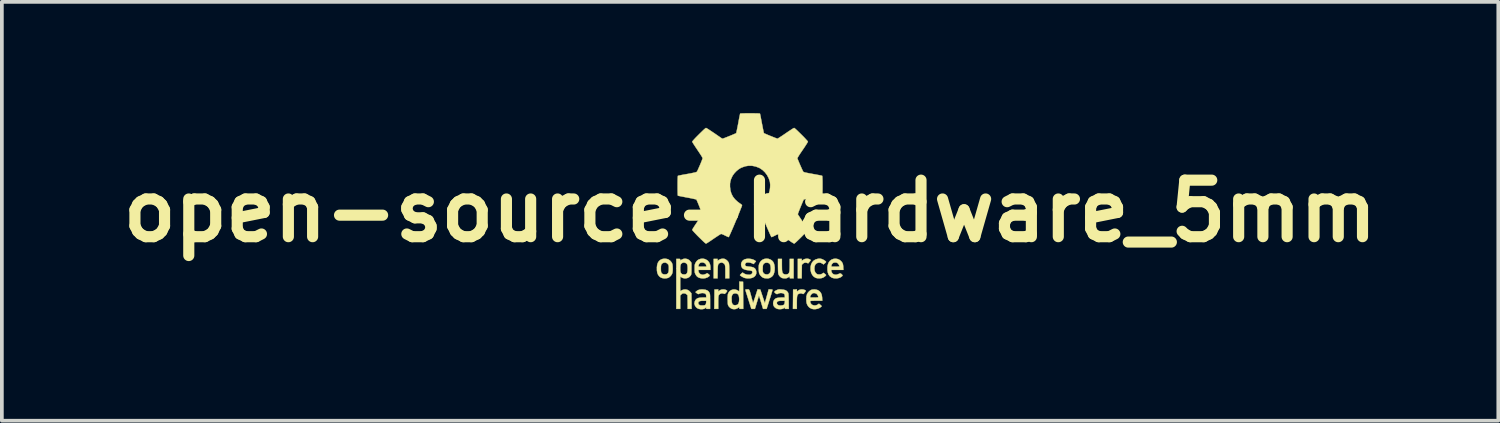
<source format=kicad_pcb>
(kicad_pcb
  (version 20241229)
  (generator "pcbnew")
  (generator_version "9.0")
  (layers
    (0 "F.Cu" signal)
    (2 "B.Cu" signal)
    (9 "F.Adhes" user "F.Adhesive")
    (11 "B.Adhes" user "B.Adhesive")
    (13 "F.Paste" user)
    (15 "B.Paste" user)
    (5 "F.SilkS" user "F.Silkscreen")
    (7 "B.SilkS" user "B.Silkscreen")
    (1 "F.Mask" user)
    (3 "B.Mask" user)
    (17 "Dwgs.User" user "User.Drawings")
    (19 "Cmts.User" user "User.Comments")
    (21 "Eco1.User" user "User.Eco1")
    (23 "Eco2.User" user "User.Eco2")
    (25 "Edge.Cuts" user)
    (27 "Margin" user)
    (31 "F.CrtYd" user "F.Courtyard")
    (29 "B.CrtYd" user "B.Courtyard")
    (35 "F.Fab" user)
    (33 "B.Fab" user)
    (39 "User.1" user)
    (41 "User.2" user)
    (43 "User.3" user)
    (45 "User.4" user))
  (footprint "open-source-hardware_5mm"
    (layer "F.Cu")
    (at 17.17 2.641)
    (property "Reference" "open-source-hardware_5mm" (at 0 0 0) (layer "F.SilkS") (effects (font (size 1.524 1.524) (thickness 0.3))))
    (attr through_hole)
    (fp_poly (pts (xy 1.566 1.285) (xy 1.608 1.299) (xy 1.624 1.309) (xy 1.632 1.317) (xy 1.633 1.325) (xy 1.626 1.338) (xy 1.609 1.359) (xy 1.604 1.365) (xy 1.567 1.409) (xy 1.536 1.396) (xy 1.495 1.388) (xy 1.456 1.396) (xy 1.422 1.42) (xy 1.397 1.446) (xy 1.394 1.63) (xy 1.392 1.813) (xy 1.288 1.813) (xy 1.288 1.288) (xy 1.393 1.288) (xy 1.393 1.34) (xy 1.428 1.315) (xy 1.47 1.293) (xy 1.518 1.283) (xy 1.566 1.285)) (stroke (width 0.01) (type solid)) (fill yes) (layer "F.SilkS"))
    (fp_poly (pts (xy -0.858 2.137) (xy -0.855 2.158) (xy -0.847 2.162) (xy -0.832 2.15) (xy -0.831 2.149) (xy -0.804 2.129) (xy -0.767 2.116) (xy -0.724 2.111) (xy -0.682 2.115) (xy -0.649 2.126) (xy -0.629 2.138) (xy -0.617 2.149) (xy -0.616 2.15) (xy -0.62 2.161) (xy -0.633 2.18) (xy -0.648 2.198) (xy -0.668 2.219) (xy -0.681 2.23) (xy -0.693 2.231) (xy -0.705 2.226) (xy -0.744 2.216) (xy -0.783 2.22) (xy -0.817 2.237) (xy -0.841 2.264) (xy -0.846 2.273) (xy -0.851 2.29) (xy -0.854 2.316) (xy -0.857 2.352) (xy -0.858 2.402) (xy -0.858 2.466) (xy -0.858 2.47) (xy -0.858 2.636) (xy -0.964 2.636) (xy -0.959 2.115) (xy -0.909 2.113) (xy -0.858 2.11) (xy -0.858 2.137)) (stroke (width 0.01) (type solid)) (fill yes) (layer "F.SilkS"))
    (fp_poly (pts (xy 1.261 2.137) (xy 1.264 2.158) (xy 1.273 2.162) (xy 1.288 2.15) (xy 1.289 2.149) (xy 1.314 2.13) (xy 1.351 2.116) (xy 1.393 2.111) (xy 1.397 2.111) (xy 1.431 2.114) (xy 1.464 2.123) (xy 1.49 2.134) (xy 1.502 2.145) (xy 1.499 2.156) (xy 1.488 2.176) (xy 1.471 2.198) (xy 1.451 2.221) (xy 1.438 2.233) (xy 1.428 2.235) (xy 1.417 2.23) (xy 1.416 2.229) (xy 1.387 2.218) (xy 1.351 2.218) (xy 1.316 2.228) (xy 1.313 2.23) (xy 1.296 2.24) (xy 1.284 2.253) (xy 1.275 2.272) (xy 1.268 2.299) (xy 1.264 2.335) (xy 1.262 2.384) (xy 1.261 2.447) (xy 1.261 2.47) (xy 1.261 2.636) (xy 1.156 2.636) (xy 1.161 2.115) (xy 1.211 2.113) (xy 1.261 2.11) (xy 1.261 2.137)) (stroke (width 0.01) (type solid)) (fill yes) (layer "F.SilkS"))
    (fp_poly (pts (xy -0.701 1.285) (xy -0.692 1.287) (xy -0.653 1.305) (xy -0.617 1.334) (xy -0.587 1.37) (xy -0.57 1.406) (xy -0.567 1.427) (xy -0.564 1.462) (xy -0.562 1.51) (xy -0.561 1.568) (xy -0.561 1.627) (xy -0.561 1.813) (xy -0.666 1.813) (xy -0.666 1.644) (xy -0.666 1.577) (xy -0.668 1.524) (xy -0.671 1.484) (xy -0.677 1.455) (xy -0.686 1.433) (xy -0.699 1.417) (xy -0.717 1.405) (xy -0.731 1.398) (xy -0.754 1.388) (xy -0.773 1.386) (xy -0.796 1.392) (xy -0.8 1.393) (xy -0.822 1.402) (xy -0.839 1.412) (xy -0.852 1.426) (xy -0.861 1.446) (xy -0.867 1.474) (xy -0.871 1.512) (xy -0.873 1.563) (xy -0.874 1.63) (xy -0.874 1.634) (xy -0.877 1.813) (xy -0.981 1.813) (xy -0.981 1.288) (xy -0.876 1.288) (xy -0.876 1.341) (xy -0.847 1.319) (xy -0.802 1.295) (xy -0.752 1.283) (xy -0.701 1.285)) (stroke (width 0.01) (type solid)) (fill yes) (layer "F.SilkS"))
    (fp_poly (pts (xy 0.858 1.454) (xy 0.859 1.522) (xy 0.86 1.574) (xy 0.864 1.614) (xy 0.869 1.643) (xy 0.877 1.665) (xy 0.888 1.68) (xy 0.902 1.693) (xy 0.903 1.694) (xy 0.926 1.703) (xy 0.956 1.708) (xy 0.963 1.708) (xy 0.994 1.705) (xy 1.02 1.696) (xy 1.024 1.694) (xy 1.038 1.681) (xy 1.049 1.666) (xy 1.057 1.645) (xy 1.063 1.617) (xy 1.066 1.578) (xy 1.068 1.526) (xy 1.069 1.46) (xy 1.069 1.454) (xy 1.069 1.288) (xy 1.174 1.288) (xy 1.174 1.813) (xy 1.121 1.813) (xy 1.092 1.813) (xy 1.076 1.81) (xy 1.07 1.804) (xy 1.069 1.791) (xy 1.069 1.787) (xy 1.069 1.761) (xy 1.027 1.787) (xy 0.999 1.803) (xy 0.972 1.811) (xy 0.938 1.813) (xy 0.933 1.813) (xy 0.896 1.81) (xy 0.863 1.803) (xy 0.852 1.799) (xy 0.815 1.773) (xy 0.784 1.738) (xy 0.764 1.698) (xy 0.763 1.693) (xy 0.76 1.674) (xy 0.757 1.641) (xy 0.755 1.597) (xy 0.754 1.544) (xy 0.753 1.487) (xy 0.753 1.474) (xy 0.753 1.288) (xy 0.858 1.288) (xy 0.858 1.454)) (stroke (width 0.01) (type solid)) (fill yes) (layer "F.SilkS"))
    (fp_poly (pts (xy 1.894 1.283) (xy 1.927 1.29) (xy 1.957 1.302) (xy 1.988 1.318) (xy 2.016 1.336) (xy 2.038 1.353) (xy 2.049 1.367) (xy 2.049 1.37) (xy 2.043 1.381) (xy 2.027 1.397) (xy 2.015 1.408) (xy 1.98 1.437) (xy 1.949 1.415) (xy 1.908 1.394) (xy 1.868 1.387) (xy 1.83 1.393) (xy 1.789 1.411) (xy 1.759 1.442) (xy 1.741 1.486) (xy 1.734 1.543) (xy 1.734 1.55) (xy 1.74 1.605) (xy 1.756 1.648) (xy 1.783 1.681) (xy 1.804 1.697) (xy 1.824 1.705) (xy 1.851 1.708) (xy 1.864 1.708) (xy 1.9 1.706) (xy 1.927 1.697) (xy 1.947 1.686) (xy 1.98 1.663) (xy 2.015 1.691) (xy 2.035 1.708) (xy 2.047 1.72) (xy 2.05 1.725) (xy 2.043 1.737) (xy 2.024 1.755) (xy 2 1.773) (xy 1.972 1.79) (xy 1.962 1.795) (xy 1.919 1.808) (xy 1.868 1.813) (xy 1.817 1.81) (xy 1.773 1.8) (xy 1.765 1.797) (xy 1.715 1.765) (xy 1.676 1.719) (xy 1.648 1.663) (xy 1.633 1.597) (xy 1.632 1.582) (xy 1.632 1.504) (xy 1.646 1.438) (xy 1.673 1.382) (xy 1.712 1.338) (xy 1.764 1.305) (xy 1.828 1.286) (xy 1.828 1.286) (xy 1.864 1.281) (xy 1.894 1.283)) (stroke (width 0.01) (type solid)) (fill yes) (layer "F.SilkS"))
    (fp_poly (pts (xy -2.256 1.287) (xy -2.212 1.298) (xy -2.203 1.303) (xy -2.156 1.335) (xy -2.119 1.377) (xy -2.098 1.418) (xy -2.091 1.449) (xy -2.087 1.491) (xy -2.085 1.54) (xy -2.085 1.59) (xy -2.089 1.635) (xy -2.094 1.669) (xy -2.112 1.71) (xy -2.141 1.749) (xy -2.178 1.782) (xy -2.202 1.797) (xy -2.246 1.809) (xy -2.297 1.814) (xy -2.349 1.809) (xy -2.393 1.796) (xy -2.401 1.793) (xy -2.445 1.761) (xy -2.478 1.719) (xy -2.5 1.665) (xy -2.511 1.599) (xy -2.511 1.549) (xy -2.404 1.549) (xy -2.403 1.599) (xy -2.399 1.636) (xy -2.391 1.662) (xy -2.377 1.68) (xy -2.357 1.695) (xy -2.354 1.696) (xy -2.327 1.705) (xy -2.293 1.707) (xy -2.26 1.704) (xy -2.235 1.694) (xy -2.215 1.675) (xy -2.201 1.65) (xy -2.193 1.616) (xy -2.19 1.569) (xy -2.19 1.548) (xy -2.19 1.507) (xy -2.192 1.479) (xy -2.197 1.459) (xy -2.205 1.442) (xy -2.21 1.436) (xy -2.239 1.406) (xy -2.276 1.389) (xy -2.316 1.388) (xy -2.334 1.393) (xy -2.363 1.407) (xy -2.382 1.424) (xy -2.395 1.448) (xy -2.402 1.483) (xy -2.404 1.53) (xy -2.404 1.549) (xy -2.511 1.549) (xy -2.512 1.52) (xy -2.512 1.52) (xy -2.504 1.452) (xy -2.488 1.399) (xy -2.463 1.356) (xy -2.428 1.322) (xy -2.395 1.303) (xy -2.355 1.289) (xy -2.306 1.283) (xy -2.256 1.287)) (stroke (width 0.01) (type solid)) (fill yes) (layer "F.SilkS"))
    (fp_poly (pts (xy 2.369 1.294) (xy 2.42 1.32) (xy 2.463 1.358) (xy 2.487 1.393) (xy 2.499 1.418) (xy 2.506 1.447) (xy 2.511 1.484) (xy 2.512 1.509) (xy 2.516 1.585) (xy 2.19 1.585) (xy 2.19 1.608) (xy 2.198 1.643) (xy 2.218 1.677) (xy 2.245 1.7) (xy 2.285 1.714) (xy 2.332 1.714) (xy 2.38 1.698) (xy 2.387 1.695) (xy 2.416 1.682) (xy 2.437 1.681) (xy 2.457 1.691) (xy 2.478 1.711) (xy 2.492 1.727) (xy 2.494 1.737) (xy 2.485 1.749) (xy 2.482 1.753) (xy 2.446 1.781) (xy 2.399 1.801) (xy 2.346 1.812) (xy 2.289 1.813) (xy 2.235 1.804) (xy 2.199 1.79) (xy 2.153 1.758) (xy 2.119 1.714) (xy 2.097 1.657) (xy 2.086 1.588) (xy 2.086 1.522) (xy 2.092 1.48) (xy 2.19 1.48) (xy 2.191 1.487) (xy 2.195 1.492) (xy 2.206 1.495) (xy 2.227 1.497) (xy 2.26 1.498) (xy 2.299 1.498) (xy 2.349 1.497) (xy 2.384 1.495) (xy 2.404 1.492) (xy 2.409 1.489) (xy 2.403 1.465) (xy 2.389 1.437) (xy 2.37 1.412) (xy 2.36 1.403) (xy 2.33 1.388) (xy 2.292 1.384) (xy 2.256 1.39) (xy 2.237 1.398) (xy 2.213 1.421) (xy 2.196 1.452) (xy 2.19 1.48) (xy 2.092 1.48) (xy 2.096 1.449) (xy 2.118 1.389) (xy 2.152 1.342) (xy 2.197 1.308) (xy 2.254 1.287) (xy 2.255 1.287) (xy 2.312 1.283) (xy 2.369 1.294)) (stroke (width 0.01) (type solid)) (fill yes) (layer "F.SilkS"))
    (fp_poly (pts (xy 0.493 1.286) (xy 0.546 1.304) (xy 0.588 1.33) (xy 0.621 1.366) (xy 0.643 1.409) (xy 0.657 1.463) (xy 0.664 1.523) (xy 0.663 1.586) (xy 0.654 1.646) (xy 0.637 1.698) (xy 0.633 1.708) (xy 0.613 1.741) (xy 0.588 1.766) (xy 0.561 1.785) (xy 0.532 1.8) (xy 0.508 1.809) (xy 0.48 1.812) (xy 0.451 1.813) (xy 0.395 1.808) (xy 0.355 1.797) (xy 0.317 1.772) (xy 0.282 1.737) (xy 0.255 1.698) (xy 0.244 1.671) (xy 0.24 1.646) (xy 0.236 1.61) (xy 0.235 1.576) (xy 0.34 1.576) (xy 0.342 1.615) (xy 0.348 1.644) (xy 0.349 1.648) (xy 0.37 1.68) (xy 0.403 1.7) (xy 0.447 1.708) (xy 0.449 1.708) (xy 0.478 1.706) (xy 0.498 1.698) (xy 0.519 1.681) (xy 0.521 1.679) (xy 0.54 1.657) (xy 0.55 1.632) (xy 0.556 1.6) (xy 0.559 1.551) (xy 0.556 1.503) (xy 0.548 1.46) (xy 0.541 1.441) (xy 0.52 1.413) (xy 0.489 1.395) (xy 0.453 1.389) (xy 0.416 1.393) (xy 0.382 1.408) (xy 0.357 1.435) (xy 0.356 1.437) (xy 0.348 1.459) (xy 0.343 1.493) (xy 0.34 1.534) (xy 0.34 1.576) (xy 0.235 1.576) (xy 0.234 1.567) (xy 0.234 1.54) (xy 0.234 1.496) (xy 0.236 1.465) (xy 0.241 1.441) (xy 0.248 1.419) (xy 0.258 1.397) (xy 0.291 1.348) (xy 0.335 1.311) (xy 0.387 1.289) (xy 0.445 1.281) (xy 0.493 1.286)) (stroke (width 0.01) (type solid)) (fill yes) (layer "F.SilkS"))
    (fp_poly (pts (xy -0.239 1.902) (xy -0.188 1.905) (xy -0.186 2.271) (xy -0.184 2.636) (xy -0.236 2.636) (xy -0.266 2.636) (xy -0.281 2.633) (xy -0.288 2.627) (xy -0.289 2.615) (xy -0.289 2.614) (xy -0.29 2.6) (xy -0.294 2.594) (xy -0.306 2.598) (xy -0.328 2.612) (xy -0.334 2.616) (xy -0.381 2.638) (xy -0.433 2.644) (xy -0.483 2.636) (xy -0.508 2.625) (xy -0.538 2.605) (xy -0.566 2.577) (xy -0.574 2.567) (xy -0.584 2.552) (xy -0.591 2.538) (xy -0.596 2.523) (xy -0.599 2.501) (xy -0.601 2.471) (xy -0.602 2.429) (xy -0.603 2.401) (xy -0.603 2.382) (xy -0.498 2.382) (xy -0.498 2.395) (xy -0.493 2.451) (xy -0.482 2.491) (xy -0.465 2.518) (xy -0.44 2.533) (xy -0.406 2.537) (xy -0.387 2.536) (xy -0.347 2.526) (xy -0.327 2.512) (xy -0.31 2.484) (xy -0.298 2.444) (xy -0.293 2.395) (xy -0.294 2.343) (xy -0.302 2.291) (xy -0.308 2.271) (xy -0.325 2.244) (xy -0.353 2.225) (xy -0.387 2.216) (xy -0.422 2.217) (xy -0.454 2.231) (xy -0.458 2.234) (xy -0.478 2.256) (xy -0.491 2.286) (xy -0.497 2.327) (xy -0.498 2.382) (xy -0.603 2.382) (xy -0.604 2.342) (xy -0.602 2.291) (xy -0.599 2.254) (xy -0.596 2.235) (xy -0.575 2.189) (xy -0.543 2.152) (xy -0.501 2.127) (xy -0.454 2.113) (xy -0.404 2.113) (xy -0.356 2.128) (xy -0.333 2.14) (xy -0.312 2.154) (xy -0.297 2.162) (xy -0.294 2.163) (xy -0.292 2.155) (xy -0.291 2.132) (xy -0.29 2.098) (xy -0.289 2.055) (xy -0.289 2.032) (xy -0.289 1.9) (xy -0.239 1.902)) (stroke (width 0.01) (type solid)) (fill yes) (layer "F.SilkS"))
    (fp_poly (pts (xy 0.024 1.29) (xy 0.078 1.304) (xy 0.123 1.326) (xy 0.134 1.334) (xy 0.159 1.353) (xy 0.127 1.39) (xy 0.096 1.427) (xy 0.05 1.405) (xy 0.011 1.392) (xy -0.032 1.385) (xy -0.072 1.384) (xy -0.103 1.392) (xy -0.106 1.393) (xy -0.125 1.411) (xy -0.135 1.435) (xy -0.133 1.459) (xy -0.132 1.462) (xy -0.123 1.474) (xy -0.111 1.482) (xy -0.091 1.488) (xy -0.06 1.493) (xy -0.015 1.497) (xy -0.011 1.498) (xy 0.051 1.507) (xy 0.097 1.522) (xy 0.131 1.546) (xy 0.153 1.578) (xy 0.167 1.621) (xy 0.167 1.622) (xy 0.169 1.674) (xy 0.155 1.72) (xy 0.126 1.759) (xy 0.081 1.789) (xy 0.075 1.792) (xy 0.03 1.806) (xy -0.024 1.813) (xy -0.082 1.812) (xy -0.135 1.804) (xy -0.161 1.796) (xy -0.189 1.783) (xy -0.218 1.767) (xy -0.245 1.75) (xy -0.264 1.736) (xy -0.272 1.726) (xy -0.272 1.726) (xy -0.266 1.717) (xy -0.251 1.701) (xy -0.237 1.686) (xy -0.216 1.667) (xy -0.204 1.659) (xy -0.194 1.66) (xy -0.186 1.666) (xy -0.152 1.689) (xy -0.108 1.706) (xy -0.061 1.715) (xy -0.016 1.716) (xy 0.021 1.708) (xy 0.026 1.705) (xy 0.049 1.687) (xy 0.062 1.663) (xy 0.063 1.638) (xy 0.052 1.618) (xy 0.043 1.611) (xy 0.028 1.607) (xy -0.000359 1.601) (xy -0.036 1.596) (xy -0.051 1.595) (xy -0.116 1.584) (xy -0.166 1.567) (xy -0.201 1.544) (xy -0.219 1.523) (xy -0.238 1.475) (xy -0.242 1.427) (xy -0.23 1.382) (xy -0.205 1.342) (xy -0.166 1.311) (xy -0.142 1.299) (xy -0.092 1.287) (xy -0.035 1.284) (xy 0.024 1.29)) (stroke (width 0.01) (type solid)) (fill yes) (layer "F.SilkS"))
    (fp_poly (pts (xy -1.213 1.294) (xy -1.161 1.322) (xy -1.134 1.344) (xy -1.1 1.389) (xy -1.078 1.442) (xy -1.069 1.507) (xy -1.069 1.53) (xy -1.069 1.585) (xy -1.393 1.585) (xy -1.392 1.609) (xy -1.384 1.649) (xy -1.359 1.682) (xy -1.341 1.697) (xy -1.3 1.714) (xy -1.255 1.715) (xy -1.206 1.7) (xy -1.196 1.695) (xy -1.155 1.673) (xy -1.131 1.69) (xy -1.104 1.711) (xy -1.092 1.726) (xy -1.091 1.74) (xy -1.1 1.753) (xy -1.118 1.768) (xy -1.144 1.784) (xy -1.161 1.792) (xy -1.209 1.808) (xy -1.265 1.814) (xy -1.321 1.81) (xy -1.37 1.797) (xy -1.375 1.795) (xy -1.41 1.777) (xy -1.435 1.756) (xy -1.456 1.729) (xy -1.47 1.704) (xy -1.48 1.684) (xy -1.487 1.666) (xy -1.491 1.645) (xy -1.493 1.617) (xy -1.493 1.578) (xy -1.493 1.55) (xy -1.493 1.503) (xy -1.492 1.48) (xy -1.393 1.48) (xy -1.392 1.487) (xy -1.387 1.492) (xy -1.376 1.495) (xy -1.355 1.497) (xy -1.323 1.498) (xy -1.283 1.498) (xy -1.237 1.498) (xy -1.206 1.497) (xy -1.188 1.495) (xy -1.179 1.492) (xy -1.176 1.487) (xy -1.178 1.479) (xy -1.178 1.478) (xy -1.185 1.455) (xy -1.188 1.443) (xy -1.197 1.428) (xy -1.214 1.41) (xy -1.219 1.406) (xy -1.249 1.39) (xy -1.286 1.383) (xy -1.322 1.387) (xy -1.347 1.398) (xy -1.369 1.42) (xy -1.385 1.449) (xy -1.393 1.478) (xy -1.393 1.48) (xy -1.492 1.48) (xy -1.492 1.469) (xy -1.489 1.445) (xy -1.484 1.426) (xy -1.476 1.408) (xy -1.473 1.401) (xy -1.446 1.357) (xy -1.416 1.326) (xy -1.384 1.305) (xy -1.327 1.286) (xy -1.269 1.282) (xy -1.213 1.294)) (stroke (width 0.01) (type solid)) (fill yes) (layer "F.SilkS"))
    (fp_poly (pts (xy -1.265 2.113) (xy -1.205 2.12) (xy -1.158 2.136) (xy -1.123 2.161) (xy -1.097 2.197) (xy -1.097 2.198) (xy -1.091 2.212) (xy -1.086 2.225) (xy -1.082 2.241) (xy -1.08 2.263) (xy -1.078 2.292) (xy -1.078 2.331) (xy -1.077 2.384) (xy -1.077 2.437) (xy -1.077 2.636) (xy -1.13 2.636) (xy -1.159 2.636) (xy -1.175 2.633) (xy -1.181 2.627) (xy -1.182 2.615) (xy -1.182 2.593) (xy -1.204 2.614) (xy -1.236 2.633) (xy -1.279 2.643) (xy -1.328 2.644) (xy -1.378 2.636) (xy -1.384 2.635) (xy -1.429 2.614) (xy -1.463 2.582) (xy -1.487 2.542) (xy -1.498 2.498) (xy -1.497 2.491) (xy -1.397 2.491) (xy -1.384 2.516) (xy -1.358 2.535) (xy -1.347 2.539) (xy -1.32 2.544) (xy -1.285 2.544) (xy -1.248 2.542) (xy -1.22 2.537) (xy -1.215 2.535) (xy -1.199 2.521) (xy -1.188 2.494) (xy -1.183 2.459) (xy -1.182 2.452) (xy -1.182 2.417) (xy -1.263 2.418) (xy -1.314 2.419) (xy -1.351 2.425) (xy -1.375 2.435) (xy -1.39 2.451) (xy -1.396 2.463) (xy -1.397 2.491) (xy -1.497 2.491) (xy -1.495 2.453) (xy -1.479 2.409) (xy -1.46 2.383) (xy -1.434 2.36) (xy -1.402 2.345) (xy -1.362 2.335) (xy -1.309 2.331) (xy -1.277 2.33) (xy -1.182 2.33) (xy -1.182 2.294) (xy -1.184 2.267) (xy -1.19 2.246) (xy -1.191 2.243) (xy -1.21 2.225) (xy -1.24 2.213) (xy -1.278 2.208) (xy -1.317 2.211) (xy -1.354 2.221) (xy -1.362 2.225) (xy -1.381 2.234) (xy -1.395 2.237) (xy -1.409 2.232) (xy -1.429 2.219) (xy -1.453 2.2) (xy -1.473 2.184) (xy -1.442 2.157) (xy -1.406 2.132) (xy -1.364 2.118) (xy -1.311 2.112) (xy -1.265 2.113)) (stroke (width 0.01) (type solid)) (fill yes) (layer "F.SilkS"))
    (fp_poly (pts (xy 1.786 2.118) (xy 1.825 2.13) (xy 1.828 2.131) (xy 1.875 2.163) (xy 1.909 2.205) (xy 1.931 2.257) (xy 1.942 2.322) (xy 1.943 2.341) (xy 1.946 2.417) (xy 1.783 2.417) (xy 1.726 2.417) (xy 1.684 2.418) (xy 1.655 2.419) (xy 1.637 2.421) (xy 1.626 2.423) (xy 1.622 2.428) (xy 1.62 2.434) (xy 1.62 2.436) (xy 1.624 2.456) (xy 1.633 2.481) (xy 1.635 2.484) (xy 1.658 2.515) (xy 1.692 2.535) (xy 1.732 2.544) (xy 1.775 2.541) (xy 1.816 2.525) (xy 1.834 2.513) (xy 1.857 2.495) (xy 1.896 2.527) (xy 1.918 2.546) (xy 1.928 2.558) (xy 1.928 2.567) (xy 1.923 2.575) (xy 1.907 2.587) (xy 1.883 2.603) (xy 1.864 2.615) (xy 1.819 2.632) (xy 1.766 2.642) (xy 1.714 2.643) (xy 1.668 2.635) (xy 1.662 2.633) (xy 1.61 2.607) (xy 1.571 2.572) (xy 1.541 2.524) (xy 1.528 2.489) (xy 1.52 2.451) (xy 1.517 2.403) (xy 1.517 2.351) (xy 1.521 2.309) (xy 1.62 2.309) (xy 1.621 2.318) (xy 1.624 2.324) (xy 1.633 2.327) (xy 1.651 2.329) (xy 1.681 2.33) (xy 1.724 2.33) (xy 1.73 2.33) (xy 1.776 2.329) (xy 1.807 2.328) (xy 1.827 2.326) (xy 1.836 2.322) (xy 1.839 2.317) (xy 1.839 2.316) (xy 1.833 2.286) (xy 1.815 2.255) (xy 1.792 2.229) (xy 1.785 2.225) (xy 1.745 2.21) (xy 1.705 2.21) (xy 1.682 2.218) (xy 1.659 2.236) (xy 1.639 2.262) (xy 1.624 2.291) (xy 1.62 2.309) (xy 1.521 2.309) (xy 1.522 2.301) (xy 1.53 2.259) (xy 1.536 2.24) (xy 1.561 2.197) (xy 1.596 2.159) (xy 1.635 2.131) (xy 1.652 2.123) (xy 1.692 2.114) (xy 1.739 2.112) (xy 1.786 2.118)) (stroke (width 0.01) (type solid)) (fill yes) (layer "F.SilkS"))
    (fp_poly (pts (xy 0.24 2.113) (xy 0.276 2.115) (xy 0.398 2.482) (xy 0.413 2.43) (xy 0.421 2.403) (xy 0.432 2.363) (xy 0.445 2.316) (xy 0.459 2.265) (xy 0.465 2.244) (xy 0.501 2.111) (xy 0.553 2.111) (xy 0.583 2.112) (xy 0.598 2.115) (xy 0.604 2.122) (xy 0.604 2.125) (xy 0.602 2.137) (xy 0.594 2.163) (xy 0.583 2.201) (xy 0.569 2.248) (xy 0.552 2.303) (xy 0.538 2.346) (xy 0.519 2.406) (xy 0.501 2.462) (xy 0.485 2.513) (xy 0.472 2.554) (xy 0.462 2.583) (xy 0.459 2.595) (xy 0.445 2.636) (xy 0.351 2.636) (xy 0.325 2.551) (xy 0.311 2.504) (xy 0.294 2.448) (xy 0.278 2.394) (xy 0.271 2.371) (xy 0.259 2.334) (xy 0.249 2.304) (xy 0.242 2.285) (xy 0.24 2.28) (xy 0.236 2.289) (xy 0.229 2.311) (xy 0.219 2.344) (xy 0.206 2.384) (xy 0.205 2.387) (xy 0.191 2.437) (xy 0.175 2.488) (xy 0.161 2.535) (xy 0.152 2.564) (xy 0.13 2.636) (xy 0.036 2.636) (xy -0.022 2.455) (xy -0.041 2.395) (xy -0.06 2.336) (xy -0.077 2.282) (xy -0.092 2.235) (xy -0.103 2.201) (xy -0.105 2.197) (xy -0.115 2.163) (xy -0.122 2.136) (xy -0.125 2.119) (xy -0.125 2.116) (xy -0.114 2.113) (xy -0.091 2.111) (xy -0.073 2.111) (xy -0.056 2.111) (xy -0.043 2.111) (xy -0.033 2.115) (xy -0.024 2.124) (xy -0.015 2.139) (xy -0.006 2.164) (xy 0.004 2.199) (xy 0.018 2.248) (xy 0.035 2.311) (xy 0.035 2.311) (xy 0.048 2.362) (xy 0.061 2.406) (xy 0.071 2.441) (xy 0.078 2.465) (xy 0.081 2.475) (xy 0.081 2.475) (xy 0.085 2.468) (xy 0.093 2.447) (xy 0.104 2.414) (xy 0.119 2.37) (xy 0.136 2.32) (xy 0.144 2.294) (xy 0.203 2.11) (xy 0.24 2.113)) (stroke (width 0.01) (type solid)) (fill yes) (layer "F.SilkS"))
    (fp_poly (pts (xy 0.843 2.113) (xy 0.904 2.119) (xy 0.95 2.131) (xy 0.985 2.151) (xy 1.012 2.179) (xy 1.017 2.187) (xy 1.024 2.198) (xy 1.029 2.21) (xy 1.033 2.224) (xy 1.035 2.243) (xy 1.037 2.27) (xy 1.039 2.307) (xy 1.04 2.356) (xy 1.041 2.42) (xy 1.041 2.428) (xy 1.043 2.636) (xy 0.99 2.636) (xy 0.961 2.636) (xy 0.945 2.634) (xy 0.939 2.627) (xy 0.937 2.615) (xy 0.937 2.613) (xy 0.936 2.597) (xy 0.932 2.597) (xy 0.926 2.604) (xy 0.902 2.623) (xy 0.865 2.637) (xy 0.821 2.643) (xy 0.774 2.642) (xy 0.736 2.635) (xy 0.692 2.615) (xy 0.656 2.585) (xy 0.636 2.554) (xy 0.624 2.513) (xy 0.624 2.491) (xy 0.722 2.491) (xy 0.736 2.516) (xy 0.761 2.535) (xy 0.773 2.539) (xy 0.805 2.545) (xy 0.841 2.544) (xy 0.877 2.539) (xy 0.904 2.53) (xy 0.914 2.523) (xy 0.927 2.501) (xy 0.935 2.467) (xy 0.935 2.462) (xy 0.939 2.417) (xy 0.857 2.418) (xy 0.806 2.419) (xy 0.77 2.424) (xy 0.745 2.434) (xy 0.73 2.45) (xy 0.723 2.463) (xy 0.722 2.491) (xy 0.624 2.491) (xy 0.623 2.467) (xy 0.633 2.425) (xy 0.641 2.409) (xy 0.662 2.379) (xy 0.688 2.357) (xy 0.721 2.343) (xy 0.763 2.335) (xy 0.819 2.331) (xy 0.843 2.33) (xy 0.937 2.33) (xy 0.937 2.294) (xy 0.935 2.267) (xy 0.93 2.246) (xy 0.929 2.243) (xy 0.91 2.225) (xy 0.88 2.213) (xy 0.844 2.208) (xy 0.805 2.209) (xy 0.77 2.218) (xy 0.755 2.225) (xy 0.737 2.235) (xy 0.724 2.237) (xy 0.708 2.231) (xy 0.686 2.216) (xy 0.677 2.209) (xy 0.659 2.192) (xy 0.656 2.176) (xy 0.667 2.16) (xy 0.694 2.142) (xy 0.714 2.132) (xy 0.739 2.121) (xy 0.76 2.114) (xy 0.783 2.111) (xy 0.814 2.111) (xy 0.843 2.113)) (stroke (width 0.01) (type solid)) (fill yes) (layer "F.SilkS"))
    (fp_poly (pts (xy -1.688 1.294) (xy -1.643 1.319) (xy -1.607 1.357) (xy -1.581 1.394) (xy -1.581 1.549) (xy -1.581 1.605) (xy -1.582 1.646) (xy -1.583 1.676) (xy -1.585 1.697) (xy -1.589 1.713) (xy -1.595 1.725) (xy -1.601 1.736) (xy -1.634 1.774) (xy -1.676 1.799) (xy -1.725 1.812) (xy -1.775 1.812) (xy -1.824 1.799) (xy -1.867 1.772) (xy -1.868 1.771) (xy -1.873 1.768) (xy -1.876 1.768) (xy -1.879 1.775) (xy -1.881 1.79) (xy -1.882 1.814) (xy -1.883 1.851) (xy -1.883 1.901) (xy -1.883 1.962) (xy -1.883 2.027) (xy -1.883 2.076) (xy -1.882 2.111) (xy -1.881 2.135) (xy -1.879 2.149) (xy -1.876 2.155) (xy -1.872 2.156) (xy -1.868 2.152) (xy -1.867 2.152) (xy -1.834 2.131) (xy -1.791 2.116) (xy -1.745 2.111) (xy -1.695 2.12) (xy -1.648 2.145) (xy -1.608 2.184) (xy -1.581 2.218) (xy -1.578 2.427) (xy -1.576 2.636) (xy -1.681 2.636) (xy -1.683 2.452) (xy -1.686 2.267) (xy -1.715 2.241) (xy -1.739 2.224) (xy -1.765 2.217) (xy -1.783 2.216) (xy -1.812 2.218) (xy -1.832 2.227) (xy -1.853 2.246) (xy -1.883 2.275) (xy -1.883 2.636) (xy -1.988 2.636) (xy -1.988 1.548) (xy -1.883 1.548) (xy -1.882 1.597) (xy -1.878 1.632) (xy -1.87 1.658) (xy -1.858 1.678) (xy -1.847 1.69) (xy -1.824 1.702) (xy -1.791 1.708) (xy -1.757 1.707) (xy -1.727 1.7) (xy -1.724 1.698) (xy -1.705 1.68) (xy -1.691 1.648) (xy -1.684 1.602) (xy -1.682 1.548) (xy -1.684 1.494) (xy -1.69 1.453) (xy -1.703 1.425) (xy -1.723 1.406) (xy -1.749 1.393) (xy -1.775 1.386) (xy -1.795 1.386) (xy -1.819 1.393) (xy -1.845 1.408) (xy -1.864 1.429) (xy -1.876 1.46) (xy -1.882 1.504) (xy -1.883 1.548) (xy -1.988 1.548) (xy -1.988 1.288) (xy -1.936 1.288) (xy -1.907 1.288) (xy -1.891 1.29) (xy -1.884 1.297) (xy -1.883 1.309) (xy -1.883 1.31) (xy -1.883 1.332) (xy -1.842 1.308) (xy -1.791 1.287) (xy -1.739 1.283) (xy -1.688 1.294)) (stroke (width 0.01) (type solid)) (fill yes) (layer "F.SilkS"))
    (fp_poly (pts (xy 0.08 -2.636) (xy 0.135 -2.635) (xy 0.184 -2.634) (xy 0.223 -2.633) (xy 0.252 -2.631) (xy 0.266 -2.629) (xy 0.267 -2.628) (xy 0.269 -2.618) (xy 0.275 -2.593) (xy 0.283 -2.555) (xy 0.292 -2.506) (xy 0.303 -2.449) (xy 0.315 -2.385) (xy 0.319 -2.364) (xy 0.332 -2.299) (xy 0.343 -2.24) (xy 0.354 -2.189) (xy 0.362 -2.147) (xy 0.369 -2.118) (xy 0.373 -2.103) (xy 0.374 -2.101) (xy 0.385 -2.095) (xy 0.409 -2.085) (xy 0.443 -2.07) (xy 0.485 -2.052) (xy 0.531 -2.033) (xy 0.579 -2.014) (xy 0.626 -1.995) (xy 0.668 -1.978) (xy 0.703 -1.965) (xy 0.728 -1.956) (xy 0.74 -1.953) (xy 0.75 -1.958) (xy 0.773 -1.972) (xy 0.806 -1.993) (xy 0.848 -2.02) (xy 0.897 -2.053) (xy 0.95 -2.089) (xy 0.963 -2.098) (xy 1.017 -2.135) (xy 1.067 -2.168) (xy 1.111 -2.197) (xy 1.147 -2.22) (xy 1.173 -2.235) (xy 1.187 -2.242) (xy 1.189 -2.242) (xy 1.199 -2.236) (xy 1.22 -2.219) (xy 1.248 -2.194) (xy 1.283 -2.161) (xy 1.322 -2.123) (xy 1.364 -2.082) (xy 1.406 -2.04) (xy 1.447 -1.999) (xy 1.484 -1.96) (xy 1.515 -1.926) (xy 1.54 -1.899) (xy 1.555 -1.88) (xy 1.559 -1.872) (xy 1.554 -1.861) (xy 1.541 -1.838) (xy 1.52 -1.804) (xy 1.492 -1.761) (xy 1.46 -1.712) (xy 1.424 -1.659) (xy 1.415 -1.646) (xy 1.366 -1.574) (xy 1.328 -1.517) (xy 1.301 -1.472) (xy 1.283 -1.442) (xy 1.276 -1.424) (xy 1.276 -1.421) (xy 1.286 -1.395) (xy 1.3 -1.36) (xy 1.318 -1.317) (xy 1.338 -1.27) (xy 1.359 -1.222) (xy 1.38 -1.175) (xy 1.399 -1.132) (xy 1.416 -1.097) (xy 1.428 -1.072) (xy 1.435 -1.059) (xy 1.436 -1.059) (xy 1.45 -1.052) (xy 1.481 -1.042) (xy 1.528 -1.032) (xy 1.588 -1.02) (xy 1.607 -1.016) (xy 1.665 -1.006) (xy 1.724 -0.995) (xy 1.78 -0.985) (xy 1.826 -0.976) (xy 1.85 -0.972) (xy 1.887 -0.965) (xy 1.918 -0.958) (xy 1.939 -0.953) (xy 1.944 -0.951) (xy 1.946 -0.941) (xy 1.949 -0.916) (xy 1.95 -0.879) (xy 1.952 -0.832) (xy 1.953 -0.779) (xy 1.953 -0.721) (xy 1.953 -0.661) (xy 1.953 -0.603) (xy 1.952 -0.548) (xy 1.951 -0.499) (xy 1.95 -0.46) (xy 1.948 -0.431) (xy 1.946 -0.417) (xy 1.945 -0.417) (xy 1.935 -0.414) (xy 1.909 -0.408) (xy 1.871 -0.4) (xy 1.823 -0.391) (xy 1.767 -0.38) (xy 1.704 -0.368) (xy 1.698 -0.367) (xy 1.635 -0.355) (xy 1.577 -0.344) (xy 1.528 -0.333) (xy 1.488 -0.324) (xy 1.461 -0.317) (xy 1.448 -0.313) (xy 1.448 -0.312) (xy 1.442 -0.302) (xy 1.431 -0.278) (xy 1.416 -0.243) (xy 1.398 -0.2) (xy 1.378 -0.153) (xy 1.358 -0.103) (xy 1.338 -0.054) (xy 1.32 -0.008) (xy 1.305 0.032) (xy 1.294 0.062) (xy 1.288 0.08) (xy 1.288 0.084) (xy 1.292 0.094) (xy 1.306 0.116) (xy 1.327 0.148) (xy 1.354 0.189) (xy 1.386 0.237) (xy 1.421 0.289) (xy 1.423 0.292) (xy 1.459 0.345) (xy 1.491 0.393) (xy 1.519 0.435) (xy 1.54 0.47) (xy 1.554 0.494) (xy 1.559 0.505) (xy 1.559 0.506) (xy 1.553 0.516) (xy 1.536 0.536) (xy 1.51 0.565) (xy 1.478 0.6) (xy 1.44 0.639) (xy 1.399 0.681) (xy 1.357 0.723) (xy 1.316 0.763) (xy 1.277 0.8) (xy 1.243 0.832) (xy 1.216 0.856) (xy 1.197 0.872) (xy 1.189 0.876) (xy 1.178 0.871) (xy 1.155 0.857) (xy 1.121 0.837) (xy 1.08 0.809) (xy 1.032 0.778) (xy 0.988 0.747) (xy 0.936 0.712) (xy 0.889 0.681) (xy 0.848 0.654) (xy 0.815 0.633) (xy 0.792 0.619) (xy 0.783 0.615) (xy 0.766 0.618) (xy 0.738 0.628) (xy 0.7 0.644) (xy 0.677 0.656) (xy 0.641 0.674) (xy 0.609 0.689) (xy 0.587 0.698) (xy 0.577 0.701) (xy 0.572 0.693) (xy 0.561 0.671) (xy 0.544 0.636) (xy 0.524 0.59) (xy 0.5 0.536) (xy 0.473 0.474) (xy 0.444 0.407) (xy 0.414 0.336) (xy 0.384 0.264) (xy 0.354 0.192) (xy 0.325 0.122) (xy 0.298 0.055) (xy 0.273 -0.005) (xy 0.252 -0.059) (xy 0.235 -0.103) (xy 0.223 -0.136) (xy 0.217 -0.156) (xy 0.216 -0.161) (xy 0.225 -0.17) (xy 0.244 -0.186) (xy 0.271 -0.205) (xy 0.278 -0.21) (xy 0.36 -0.273) (xy 0.425 -0.34) (xy 0.476 -0.415) (xy 0.514 -0.498) (xy 0.514 -0.499) (xy 0.531 -0.563) (xy 0.54 -0.634) (xy 0.543 -0.707) (xy 0.537 -0.774) (xy 0.531 -0.806) (xy 0.501 -0.891) (xy 0.458 -0.971) (xy 0.403 -1.044) (xy 0.339 -1.106) (xy 0.267 -1.155) (xy 0.245 -1.167) (xy 0.151 -1.203) (xy 0.056 -1.222) (xy -0.039 -1.224) (xy -0.134 -1.208) (xy -0.228 -1.174) (xy -0.245 -1.167) (xy -0.307 -1.129) (xy -0.367 -1.08) (xy -0.422 -1.022) (xy -0.467 -0.96) (xy -0.484 -0.928) (xy -0.514 -0.861) (xy -0.532 -0.8) (xy -0.541 -0.737) (xy -0.541 -0.665) (xy -0.541 -0.657) (xy -0.53 -0.56) (xy -0.504 -0.472) (xy -0.463 -0.391) (xy -0.406 -0.318) (xy -0.334 -0.251) (xy -0.278 -0.21) (xy -0.251 -0.191) (xy -0.229 -0.174) (xy -0.217 -0.163) (xy -0.216 -0.161) (xy -0.218 -0.151) (xy -0.226 -0.126) (xy -0.24 -0.089) (xy -0.259 -0.042) (xy -0.281 0.014) (xy -0.306 0.077) (xy -0.334 0.145) (xy -0.364 0.216) (xy -0.394 0.288) (xy -0.424 0.36) (xy -0.454 0.43) (xy -0.482 0.495) (xy -0.508 0.555) (xy -0.531 0.606) (xy -0.55 0.649) (xy -0.565 0.68) (xy -0.574 0.697) (xy -0.577 0.701) (xy -0.59 0.697) (xy -0.614 0.686) (xy -0.647 0.671) (xy -0.677 0.656) (xy -0.718 0.636) (xy -0.752 0.622) (xy -0.775 0.615) (xy -0.783 0.615) (xy -0.795 0.621) (xy -0.819 0.635) (xy -0.853 0.657) (xy -0.896 0.685) (xy -0.944 0.717) (xy -0.988 0.747) (xy -1.039 0.782) (xy -1.085 0.813) (xy -1.126 0.84) (xy -1.158 0.86) (xy -1.18 0.872) (xy -1.189 0.876) (xy -1.199 0.87) (xy -1.22 0.853) (xy -1.249 0.827) (xy -1.285 0.793) (xy -1.327 0.752) (xy -1.373 0.707) (xy -1.382 0.698) (xy -1.428 0.652) (xy -1.47 0.608) (xy -1.505 0.571) (xy -1.533 0.54) (xy -1.551 0.518) (xy -1.559 0.506) (xy -1.559 0.505) (xy -1.554 0.494) (xy -1.541 0.471) (xy -1.52 0.437) (xy -1.493 0.395) (xy -1.461 0.347) (xy -1.428 0.298) (xy -1.392 0.246) (xy -1.36 0.199) (xy -1.333 0.158) (xy -1.311 0.125) (xy -1.297 0.102) (xy -1.291 0.093) (xy -1.293 0.081) (xy -1.3 0.057) (xy -1.312 0.021) (xy -1.328 -0.022) (xy -1.346 -0.07) (xy -1.365 -0.12) (xy -1.385 -0.17) (xy -1.404 -0.216) (xy -1.421 -0.257) (xy -1.435 -0.288) (xy -1.445 -0.308) (xy -1.448 -0.312) (xy -1.459 -0.317) (xy -1.485 -0.323) (xy -1.524 -0.332) (xy -1.572 -0.343) (xy -1.629 -0.354) (xy -1.692 -0.366) (xy -1.698 -0.367) (xy -1.761 -0.379) (xy -1.818 -0.39) (xy -1.867 -0.4) (xy -1.906 -0.407) (xy -1.933 -0.413) (xy -1.945 -0.416) (xy -1.945 -0.417) (xy -1.948 -0.426) (xy -1.95 -0.451) (xy -1.951 -0.488) (xy -1.952 -0.535) (xy -1.953 -0.588) (xy -1.953 -0.646) (xy -1.953 -0.706) (xy -1.953 -0.764) (xy -1.952 -0.819) (xy -1.951 -0.868) (xy -1.949 -0.908) (xy -1.947 -0.936) (xy -1.945 -0.95) (xy -1.944 -0.951) (xy -1.932 -0.954) (xy -1.907 -0.96) (xy -1.873 -0.967) (xy -1.85 -0.972) (xy -1.812 -0.979) (xy -1.762 -0.988) (xy -1.705 -0.998) (xy -1.645 -1.009) (xy -1.607 -1.016) (xy -1.543 -1.029) (xy -1.493 -1.04) (xy -1.457 -1.049) (xy -1.438 -1.057) (xy -1.436 -1.059) (xy -1.427 -1.072) (xy -1.414 -1.098) (xy -1.397 -1.134) (xy -1.378 -1.178) (xy -1.357 -1.225) (xy -1.336 -1.274) (xy -1.317 -1.321) (xy -1.3 -1.363) (xy -1.288 -1.397) (xy -1.28 -1.42) (xy -1.279 -1.428) (xy -1.284 -1.44) (xy -1.297 -1.464) (xy -1.318 -1.499) (xy -1.346 -1.542) (xy -1.378 -1.591) (xy -1.414 -1.644) (xy -1.419 -1.652) (xy -1.455 -1.705) (xy -1.488 -1.755) (xy -1.516 -1.798) (xy -1.538 -1.833) (xy -1.553 -1.858) (xy -1.559 -1.871) (xy -1.559 -1.872) (xy -1.553 -1.882) (xy -1.536 -1.903) (xy -1.51 -1.932) (xy -1.478 -1.967) (xy -1.44 -2.006) (xy -1.399 -2.047) (xy -1.357 -2.089) (xy -1.315 -2.13) (xy -1.277 -2.167) (xy -1.243 -2.199) (xy -1.215 -2.223) (xy -1.196 -2.238) (xy -1.188 -2.242) (xy -1.176 -2.237) (xy -1.152 -2.223) (xy -1.115 -2.2) (xy -1.068 -2.169) (xy -1.011 -2.131) (xy -0.947 -2.088) (xy -0.875 -2.038) (xy -0.798 -1.985) (xy -0.795 -1.982) (xy -0.77 -1.966) (xy -0.749 -1.956) (xy -0.74 -1.953) (xy -0.728 -1.956) (xy -0.703 -1.965) (xy -0.668 -1.979) (xy -0.626 -1.995) (xy -0.579 -2.014) (xy -0.531 -2.033) (xy -0.485 -2.052) (xy -0.443 -2.07) (xy -0.409 -2.085) (xy -0.385 -2.095) (xy -0.374 -2.101) (xy -0.371 -2.111) (xy -0.365 -2.136) (xy -0.357 -2.174) (xy -0.347 -2.223) (xy -0.335 -2.28) (xy -0.323 -2.343) (xy -0.319 -2.364) (xy -0.307 -2.429) (xy -0.296 -2.489) (xy -0.286 -2.54) (xy -0.277 -2.582) (xy -0.271 -2.612) (xy -0.267 -2.627) (xy -0.267 -2.628) (xy -0.257 -2.631) (xy -0.232 -2.632) (xy -0.195 -2.634) (xy -0.149 -2.635) (xy -0.095 -2.636) (xy -0.038 -2.636) (xy 0.022 -2.636) (xy 0.08 -2.636)) (stroke (width 0.01) (type solid)) (fill yes) (layer "F.SilkS")))
  (gr_rect
    (start -3 -3)
    (end 37.341 8.291)
    (stroke (width 0.1) (type default))
    (fill no)
    (layer "Edge.Cuts")))
</source>
